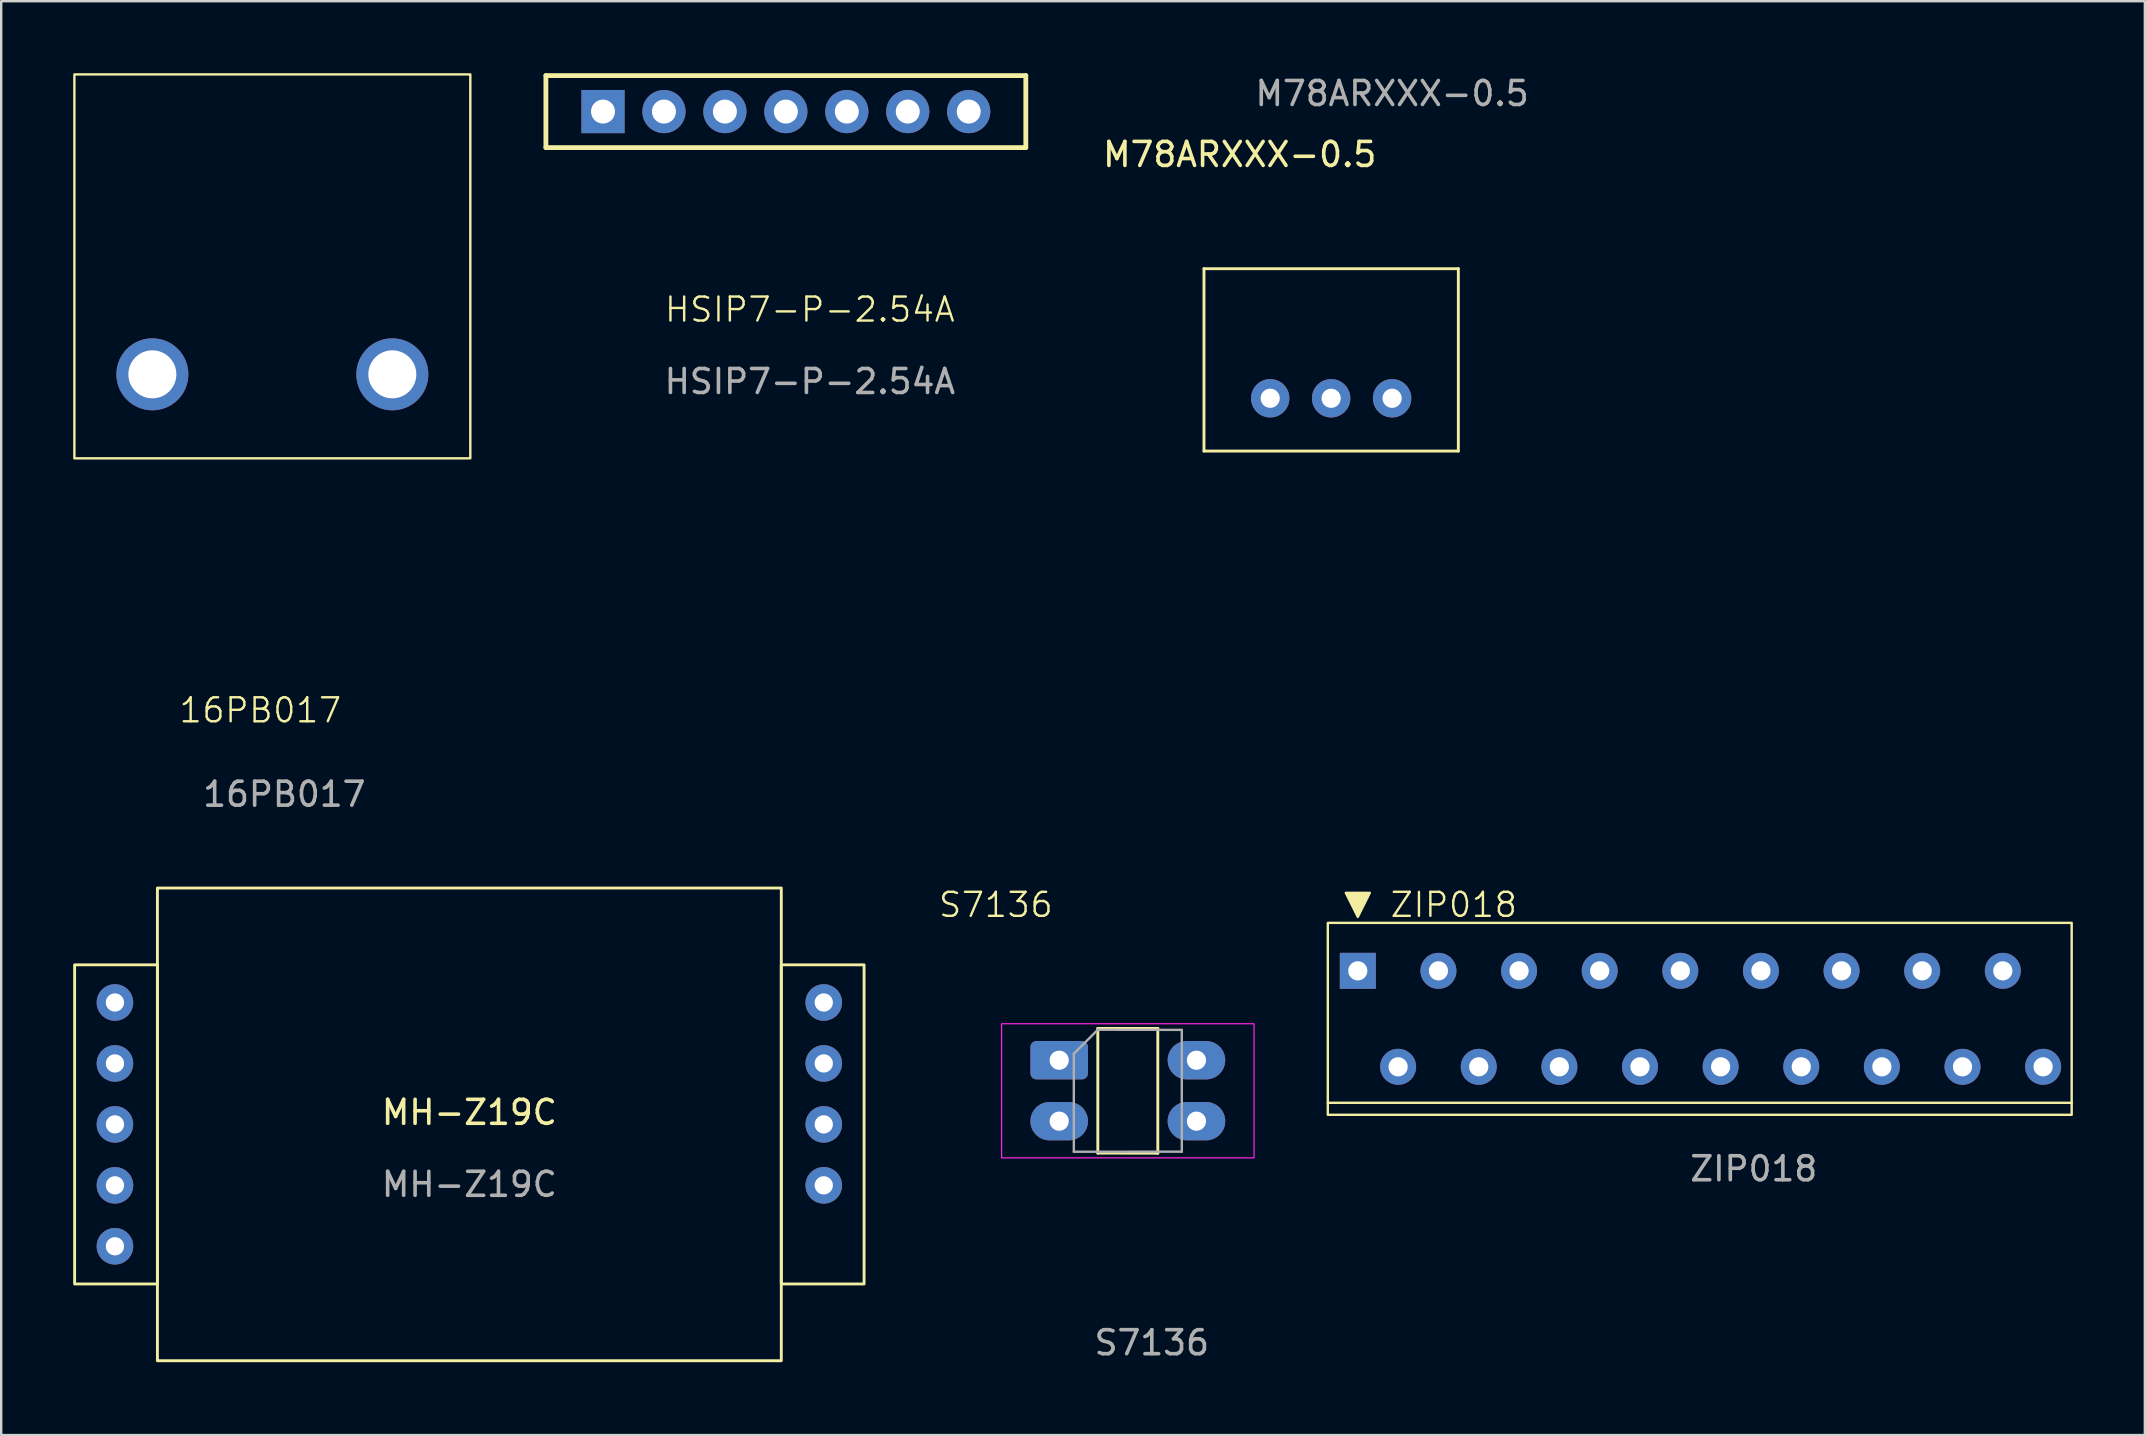
<source format=kicad_pcb>
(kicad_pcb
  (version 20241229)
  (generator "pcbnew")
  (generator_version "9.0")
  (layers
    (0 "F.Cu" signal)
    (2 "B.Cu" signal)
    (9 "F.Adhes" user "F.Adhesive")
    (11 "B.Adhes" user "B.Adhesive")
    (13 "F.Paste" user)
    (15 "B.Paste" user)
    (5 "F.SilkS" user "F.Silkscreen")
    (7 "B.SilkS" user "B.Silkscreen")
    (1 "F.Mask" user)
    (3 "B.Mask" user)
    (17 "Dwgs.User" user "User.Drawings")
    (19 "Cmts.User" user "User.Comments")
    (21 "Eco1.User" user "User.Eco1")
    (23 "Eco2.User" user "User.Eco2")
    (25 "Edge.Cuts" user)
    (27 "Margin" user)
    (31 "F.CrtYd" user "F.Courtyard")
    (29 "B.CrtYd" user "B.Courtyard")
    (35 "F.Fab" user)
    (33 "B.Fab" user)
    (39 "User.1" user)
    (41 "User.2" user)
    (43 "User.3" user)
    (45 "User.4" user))
  (footprint "ZIP018"
    (layer "F.Cu")
    (at 53.536 39.409)
    (property "Reference" "ZIP018" (at 4 -4.75 0) (unlocked yes) (layer "F.SilkS") (effects (font (size 1 1) (thickness 0.1))))
    (attr through_hole)
    (fp_line (start -1.25 3.5) (end 29.75 3.5) (stroke (width 0.1) (type solid)) (layer "F.SilkS"))
    (fp_rect (start -1.25 -4) (end 29.75 4) (stroke (width 0.1) (type solid)) (fill no) (layer "F.SilkS"))
    (fp_poly (pts (xy -0.5 -5.25) (xy 0.5 -5.25) (xy 0 -4.25)) (stroke (width 0.1) (type solid)) (fill yes) (layer "F.SilkS"))
    (fp_text user "${REFERENCE}" (at 16.5 6.25 0) (unlocked yes) (layer "F.Fab") (effects (font (size 1 1) (thickness 0.15))))
    (pad "1" thru_hole rect (at 0 -2) (size 1.5 1.5) (drill 0.8) (layers "*.Cu" "*.Mask"))
    (pad "2" thru_hole circle (at 1.68 2) (size 1.5 1.5) (drill 0.8) (layers "*.Cu" "*.Mask"))
    (pad "3" thru_hole circle (at 3.36 -2) (size 1.5 1.5) (drill 0.8) (layers "*.Cu" "*.Mask"))
    (pad "4" thru_hole circle (at 5.04 2) (size 1.5 1.5) (drill 0.8) (layers "*.Cu" "*.Mask"))
    (pad "5" thru_hole circle (at 6.72 -2) (size 1.5 1.5) (drill 0.8) (layers "*.Cu" "*.Mask"))
    (pad "6" thru_hole circle (at 8.4 2) (size 1.5 1.5) (drill 0.8) (layers "*.Cu" "*.Mask"))
    (pad "7" thru_hole circle (at 10.08 -2) (size 1.5 1.5) (drill 0.8) (layers "*.Cu" "*.Mask"))
    (pad "8" thru_hole circle (at 11.76 2) (size 1.5 1.5) (drill 0.8) (layers "*.Cu" "*.Mask"))
    (pad "9" thru_hole circle (at 13.44 -2) (size 1.5 1.5) (drill 0.8) (layers "*.Cu" "*.Mask"))
    (pad "10" thru_hole circle (at 15.12 2) (size 1.5 1.5) (drill 0.8) (layers "*.Cu" "*.Mask"))
    (pad "11" thru_hole circle (at 16.8 -2) (size 1.5 1.5) (drill 0.8) (layers "*.Cu" "*.Mask"))
    (pad "12" thru_hole circle (at 18.48 2) (size 1.5 1.5) (drill 0.8) (layers "*.Cu" "*.Mask"))
    (pad "13" thru_hole circle (at 20.16 -2) (size 1.5 1.5) (drill 0.8) (layers "*.Cu" "*.Mask"))
    (pad "14" thru_hole circle (at 21.84 2) (size 1.5 1.5) (drill 0.8) (layers "*.Cu" "*.Mask"))
    (pad "15" thru_hole circle (at 23.52 -2) (size 1.5 1.5) (drill 0.8) (layers "*.Cu" "*.Mask"))
    (pad "16" thru_hole circle (at 25.2 2) (size 1.5 1.5) (drill 0.8) (layers "*.Cu" "*.Mask"))
    (pad "17" thru_hole circle (at 26.88 -2) (size 1.5 1.5) (drill 0.8) (layers "*.Cu" "*.Mask"))
    (pad "18" thru_hole circle (at 28.56 2) (size 1.5 1.5) (drill 0.8) (layers "*.Cu" "*.Mask")))
  (footprint "M78ARXXX-0.5"
    (layer "F.Cu")
    (at 52.425 13.548)
    (property "Reference" "M78ARXXX-0.5" (at -3.81 -10.16 0) (unlocked yes) (layer "F.SilkS") (effects (font (size 1 1) (thickness 0.15))))
    (attr through_hole)
    (fp_line (start -5.3 -5.4) (end -5.3 2.2) (stroke (width 0.12) (type default)) (layer "F.SilkS"))
    (fp_line (start -5.3 2.2) (end 5.3 2.2) (stroke (width 0.12) (type default)) (layer "F.SilkS"))
    (fp_line (start 5.3 -5.4) (end -5.3 -5.4) (stroke (width 0.12) (type default)) (layer "F.SilkS"))
    (fp_line (start 5.3 2.2) (end 5.3 -5.4) (stroke (width 0.12) (type default)) (layer "F.SilkS"))
    (fp_text user "${REFERENCE}" (at 2.54 -12.7 0) (unlocked yes) (layer "F.Fab") (effects (font (size 1 1) (thickness 0.15))))
    (pad "1" thru_hole circle (at -2.54 0) (size 1.6 1.6) (drill 0.8) (layers "*.Cu" "*.Mask"))
    (pad "2" thru_hole circle (at 0 0) (size 1.6 1.6) (drill 0.8) (layers "*.Cu" "*.Mask"))
    (pad "3" thru_hole circle (at 2.54 0) (size 1.6 1.6) (drill 0.8) (layers "*.Cu" "*.Mask")))
  (footprint "MH-Z19C"
    (layer "F.Cu")
    (at 16.51 43.808)
    (property "Reference" "MH-Z19C" (at 0 -0.5 0) (unlocked yes) (layer "F.SilkS") (effects (font (size 1 1) (thickness 0.15))))
    (attr through_hole)
    (fp_rect (start -13 -9.85) (end 13 9.85) (stroke (width 0.12) (type solid)) (fill no) (layer "F.SilkS"))
    (fp_rect (start -13 -6.65) (end -16.45 6.65) (stroke (width 0.12) (type solid)) (fill no) (layer "F.SilkS"))
    (fp_rect (start 16.45 -6.65) (end 13 6.65) (stroke (width 0.12) (type solid)) (fill no) (layer "F.SilkS"))
    (fp_text user "${REFERENCE}" (at 0 2.5 0) (unlocked yes) (layer "F.Fab") (effects (font (size 1 1) (thickness 0.15))))
    (pad "1" thru_hole circle (at -14.77 -5.08) (size 1.524 1.524) (drill 0.762) (layers "*.Cu" "*.Mask"))
    (pad "2" thru_hole circle (at -14.77 -2.54) (size 1.524 1.524) (drill 0.762) (layers "*.Cu" "*.Mask"))
    (pad "3" thru_hole circle (at -14.77 0) (size 1.524 1.524) (drill 0.762) (layers "*.Cu" "*.Mask"))
    (pad "4" thru_hole circle (at -14.77 2.54) (size 1.524 1.524) (drill 0.762) (layers "*.Cu" "*.Mask"))
    (pad "5" thru_hole circle (at -14.77 5.08) (size 1.524 1.524) (drill 0.762) (layers "*.Cu" "*.Mask"))
    (pad "7" thru_hole circle (at 14.77 2.54) (size 1.524 1.524) (drill 0.762) (layers "*.Cu" "*.Mask"))
    (pad "8" thru_hole circle (at 14.77 0) (size 1.524 1.524) (drill 0.762) (layers "*.Cu" "*.Mask"))
    (pad "9" thru_hole circle (at 14.77 -2.54) (size 1.524 1.524) (drill 0.762) (layers "*.Cu" "*.Mask"))
    (pad "10" thru_hole circle (at 14.77 -5.08) (size 1.524 1.524) (drill 0.762) (layers "*.Cu" "*.Mask")))
  (footprint "HSIP7-P-2.54A"
    (layer "F.Cu")
    (at 29.7 1.6)
    (property "Reference" "HSIP7-P-2.54A" (at 1 8.25 0) (unlocked yes) (layer "F.SilkS") (effects (font (size 1 1) (thickness 0.1))))
    (attr through_hole)
    (fp_line (start -10 -1.5) (end 10 -1.5) (stroke (width 0.2) (type solid)) (layer "F.SilkS"))
    (fp_line (start -10 1.5) (end -10 -1.5) (stroke (width 0.2) (type solid)) (layer "F.SilkS"))
    (fp_line (start -10 1.5) (end 10 1.5) (stroke (width 0.2) (type solid)) (layer "F.SilkS"))
    (fp_line (start 10 1.5) (end 10 -1.5) (stroke (width 0.2) (type solid)) (layer "F.SilkS"))
    (fp_text user "${REFERENCE}" (at 1 11.25 0) (unlocked yes) (layer "F.Fab") (effects (font (size 1 1) (thickness 0.15))))
    (pad "1" thru_hole rect (at -7.62 0) (size 1.8 1.8) (drill 1) (layers "*.Cu" "*.Mask"))
    (pad "2" thru_hole circle (at -5.08 0) (size 1.8 1.8) (drill 1) (layers "*.Cu" "*.Mask"))
    (pad "3" thru_hole circle (at -2.54 0) (size 1.8 1.8) (drill 1) (layers "*.Cu" "*.Mask"))
    (pad "4" thru_hole circle (at 0 0) (size 1.8 1.8) (drill 1) (layers "*.Cu" "*.Mask"))
    (pad "5" thru_hole circle (at 2.54 0) (size 1.8 1.8) (drill 1) (layers "*.Cu" "*.Mask"))
    (pad "6" thru_hole circle (at 5.08 0) (size 1.8 1.8) (drill 1) (layers "*.Cu" "*.Mask"))
    (pad "7" thru_hole circle (at 7.62 0) (size 1.8 1.8) (drill 1) (layers "*.Cu" "*.Mask")))
  (footprint "S7136"
    (layer "F.Cu")
    (at 43.951 42.409)
    (property "Reference" "S7136" (at -5.5 -7.75 0) (unlocked yes) (layer "F.SilkS") (effects (font (size 1 1) (thickness 0.1))))
    (attr through_hole)
    (fp_line (start -1.25 -2.6) (end -1.25 2.6) (stroke (width 0.12) (type solid)) (layer "F.SilkS"))
    (fp_line (start -1.25 2.595) (end 1.25 2.6) (stroke (width 0.12) (type solid)) (layer "F.SilkS"))
    (fp_line (start 1.25 -2.6) (end -1.25 -2.6) (stroke (width 0.12) (type solid)) (layer "F.SilkS"))
    (fp_line (start 1.25 2.6) (end 1.25 -2.6) (stroke (width 0.12) (type solid)) (layer "F.SilkS"))
    (fp_rect (start -5.26 -2.795) (end 5.26 2.795) (stroke (width 0.05) (type solid)) (fill no) (layer "F.CrtYd"))
    (fp_line (start -2.25 -1.545) (end -1.25 -2.545) (stroke (width 0.1) (type solid)) (layer "F.Fab"))
    (fp_line (start -2.25 2.54) (end -2.25 -1.54) (stroke (width 0.1) (type solid)) (layer "F.Fab"))
    (fp_line (start -1.25 -2.545) (end 2.25 -2.54) (stroke (width 0.1) (type solid)) (layer "F.Fab"))
    (fp_line (start 2.25 -2.54) (end 2.25 2.54) (stroke (width 0.1) (type solid)) (layer "F.Fab"))
    (fp_line (start 2.25 2.535) (end -2.25 2.54) (stroke (width 0.1) (type solid)) (layer "F.Fab"))
    (fp_text user "${REFERENCE}" (at 1 10.5 0) (unlocked yes) (layer "F.Fab") (effects (font (size 1 1) (thickness 0.15))))
    (pad "1" thru_hole roundrect (at -2.86 -1.275) (size 2.4 1.6) (drill 0.8) (layers "*.Cu" "*.Mask") (roundrect_rratio 0.156))
    (pad "2" thru_hole oval (at -2.86 1.265) (size 2.4 1.6) (drill 0.8) (layers "*.Cu" "*.Mask"))
    (pad "3" thru_hole oval (at 2.86 1.265) (size 2.4 1.6) (drill 0.8) (layers "*.Cu" "*.Mask"))
    (pad "4" thru_hole oval (at 2.86 -1.275) (size 2.4 1.6) (drill 0.8) (layers "*.Cu" "*.Mask")))
  (footprint "16PB017"
    (layer "F.Cu")
    (at 8.3 16.05)
    (property "Reference" "16PB017" (at -0.5 10.5 0) (unlocked yes) (layer "F.SilkS") (effects (font (size 1 1) (thickness 0.1))))
    (attr through_hole board_only)
    (fp_rect (start -8.25 -16) (end 8.25 0) (stroke (width 0.1) (type solid)) (fill no) (layer "F.SilkS"))
    (fp_text user "${REFERENCE}" (at 0.5 14 0) (unlocked yes) (layer "F.Fab") (effects (font (size 1 1) (thickness 0.15))))
    (pad "1" thru_hole circle (at -5 -3.5) (size 3 3) (drill 2) (layers "*.Cu" "*.Mask"))
    (pad "2" thru_hole circle (at 5 -3.5) (size 3 3) (drill 2) (layers "*.Cu" "*.Mask")))
  (gr_rect
    (start -3 -3)
    (end 86.336 56.757)
    (stroke (width 0.1) (type default))
    (fill no)
    (layer "Edge.Cuts")))
</source>
